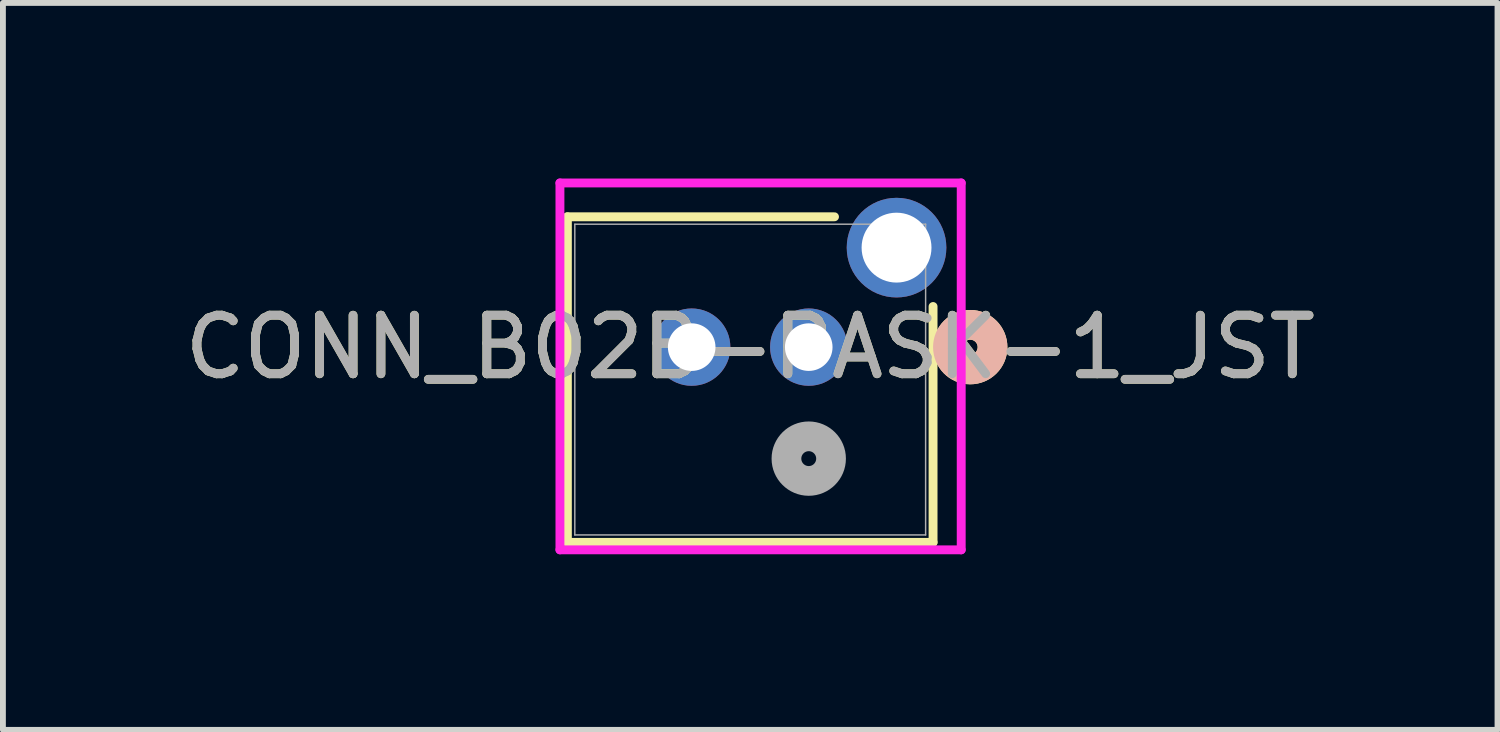
<source format=kicad_pcb>
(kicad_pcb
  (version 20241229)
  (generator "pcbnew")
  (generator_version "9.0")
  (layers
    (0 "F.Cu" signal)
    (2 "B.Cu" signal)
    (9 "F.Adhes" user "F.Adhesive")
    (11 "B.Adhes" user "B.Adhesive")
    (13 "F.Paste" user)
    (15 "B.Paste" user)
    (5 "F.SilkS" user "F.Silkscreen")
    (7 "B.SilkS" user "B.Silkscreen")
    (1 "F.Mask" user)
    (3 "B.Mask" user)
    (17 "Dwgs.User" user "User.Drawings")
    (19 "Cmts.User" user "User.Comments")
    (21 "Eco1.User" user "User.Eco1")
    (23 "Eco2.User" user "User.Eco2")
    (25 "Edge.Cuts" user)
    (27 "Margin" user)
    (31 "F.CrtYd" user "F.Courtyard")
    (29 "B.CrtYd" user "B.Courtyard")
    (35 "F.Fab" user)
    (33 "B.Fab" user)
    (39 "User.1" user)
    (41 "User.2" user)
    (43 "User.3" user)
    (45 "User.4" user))
  (footprint "CONN_B02B-PASK-1_JST"
    (layer "F.Cu")
    (at 10.768 2.881)
    (property "Reference" "CONN_B02B-PASK-1_JST" (at -1 0 0) (unlocked yes) (layer "F.SilkS") (effects (font (size 1 1) (thickness 0.15))))
    (attr through_hole)
    (fp_line (start -4.124 -2.227) (end -4.124 3.336) (stroke (width 0.152) (type solid)) (layer "F.SilkS"))
    (fp_line (start -4.124 3.336) (end 2.124 3.336) (stroke (width 0.152) (type solid)) (layer "F.SilkS"))
    (fp_line (start 0.44 -2.227) (end -4.124 -2.227) (stroke (width 0.152) (type solid)) (layer "F.SilkS"))
    (fp_line (start 2.124 3.336) (end 2.124 -0.694) (stroke (width 0.152) (type solid)) (layer "F.SilkS"))
    (fp_circle (center 2.759 0) (end 3.14 0) (stroke (width 0.508) (type solid)) (fill no) (layer "F.SilkS"))
    (fp_circle (center 2.759 0) (end 3.14 0) (stroke (width 0.508) (type solid)) (fill no) (layer "B.SilkS"))
    (fp_line (start -4.251 -2.805) (end -4.251 3.463) (stroke (width 0.152) (type solid)) (layer "F.CrtYd"))
    (fp_line (start -4.251 3.463) (end 2.605 3.463) (stroke (width 0.152) (type solid)) (layer "F.CrtYd"))
    (fp_line (start 2.605 -2.805) (end -4.251 -2.805) (stroke (width 0.152) (type solid)) (layer "F.CrtYd"))
    (fp_line (start 2.605 3.463) (end 2.605 -2.805) (stroke (width 0.152) (type solid)) (layer "F.CrtYd"))
    (fp_line (start -3.997 -2.1) (end -3.997 3.209) (stroke (width 0.025) (type solid)) (layer "F.Fab"))
    (fp_line (start -3.997 3.209) (end 1.997 3.209) (stroke (width 0.025) (type solid)) (layer "F.Fab"))
    (fp_line (start 1.997 -2.1) (end -3.997 -2.1) (stroke (width 0.025) (type solid)) (layer "F.Fab"))
    (fp_line (start 1.997 3.209) (end 1.997 -2.1) (stroke (width 0.025) (type solid)) (layer "F.Fab"))
    (fp_circle (center 0 1.905) (end 0.381 1.905) (stroke (width 0.508) (type solid)) (fill no) (layer "F.Fab"))
    (fp_text user "${REFERENCE}" (at -1 0 0) (unlocked yes) (layer "F.Fab") (effects (font (size 1 1) (thickness 0.15))))
    (pad "1" thru_hole circle (at 0.000001 0) (size 1.321 1.321) (drill 0.813) (layers "*.Cu" "*.Mask"))
    (pad "2" thru_hole circle (at -2 0) (size 1.321 1.321) (drill 0.813) (layers "*.Cu" "*.Mask"))
    (pad "3" thru_hole circle (at 1.5 -1.7) (size 1.702 1.702) (drill 1.194) (layers "*.Cu" "*.Mask")))
  (gr_rect
    (start -3 -3)
    (end 22.536 9.42)
    (stroke (width 0.1) (type default))
    (fill no)
    (layer "Edge.Cuts")))
</source>
